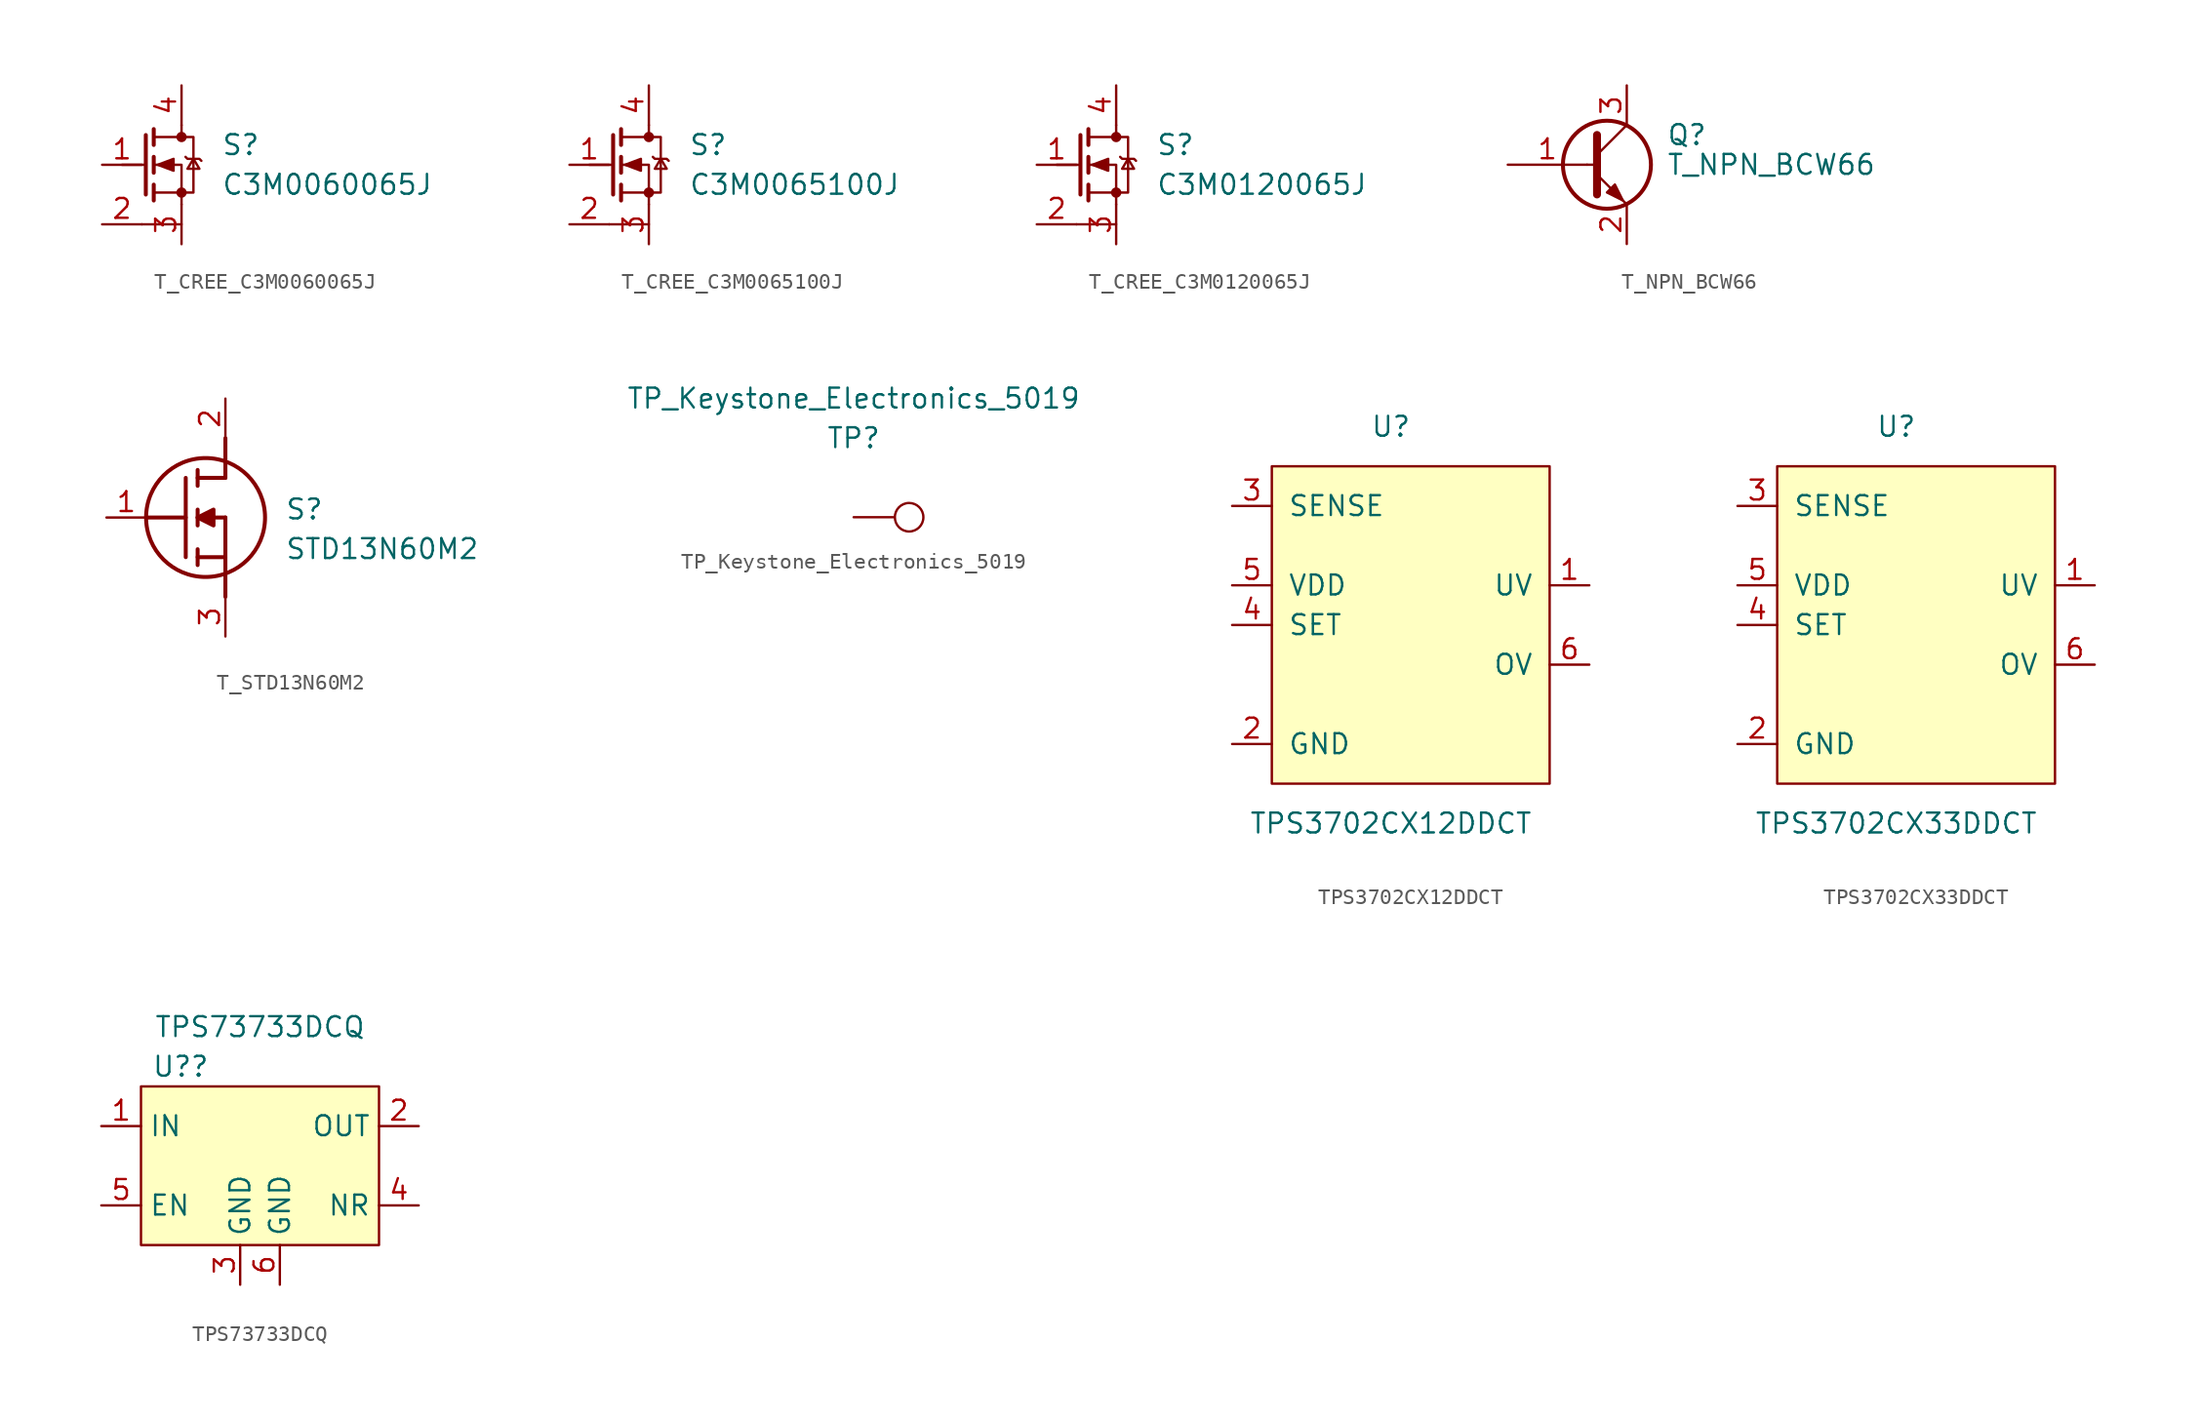
<source format=kicad_sym>
(kicad_symbol_lib
  (version 20220914)
  (generator kicad_symbol_editor)
  (symbol "T_CREE_C3M0060065J"
    (pin_names
      (offset 0) hide)
    (property "Reference" "S"
      (at 5.08 1.27 0)
      (effects (font (size 1.27 1.27)) (justify left)))
    (property "Value" "C3M0060065J"
      (at 5.08 -1.27 0)
      (effects (font (size 1.27 1.27)) (justify left)))
    (symbol "T_CREE_C3M0060065J_0_1"
      (polyline (pts (xy 0 -3.81) (xy 2.54 -3.81)) (stroke (width 0) (type default)) (fill (type none)))
      (polyline (pts (xy 0.254 0) (xy -1.27 0)) (stroke (width 0) (type default)) (fill (type none)))
      (polyline (pts (xy 0.254 1.905) (xy 0.254 -1.905)) (stroke (width 0.254) (type default)) (fill (type none)))
      (polyline (pts (xy 0.762 -1.27) (xy 0.762 -2.286)) (stroke (width 0.254) (type default)) (fill (type none)))
      (polyline (pts (xy 0.762 0.508) (xy 0.762 -0.508)) (stroke (width 0.254) (type default)) (fill (type none)))
      (polyline (pts (xy 0.762 2.286) (xy 0.762 1.27)) (stroke (width 0.254) (type default)) (fill (type none)))
      (polyline (pts (xy 2.54 2.54) (xy 2.54 1.778)) (stroke (width 0) (type default)) (fill (type none)))
      (polyline (pts (xy 2.54 -2.54) (xy 2.54 0) (xy 0.762 0)) (stroke (width 0) (type default)) (fill (type none)))
      (polyline (pts (xy 0.762 -1.778) (xy 3.302 -1.778) (xy 3.302 1.778) (xy 0.762 1.778)) (stroke (width 0) (type default)) (fill (type none)))
      (polyline (pts (xy 1.016 0) (xy 2.032 0.381) (xy 2.032 -0.381) (xy 1.016 0)) (stroke (width 0) (type default)) (fill (type outline)))
      (polyline (pts (xy 2.794 0.508) (xy 2.921 0.381) (xy 3.683 0.381) (xy 3.81 0.254)) (stroke (width 0) (type default)) (fill (type none)))
      (polyline (pts (xy 3.302 0.381) (xy 2.921 -0.254) (xy 3.683 -0.254) (xy 3.302 0.381)) (stroke (width 0) (type default)) (fill (type none)))
      (circle (center 2.54 -1.778) (radius 0.254) (stroke (width 0) (type default)) (fill (type outline)))
      (circle (center 2.54 1.778) (radius 0.254) (stroke (width 0) (type default)) (fill (type outline))))
    (symbol "T_CREE_C3M0060065J_1_1"
      (pin input line (at -2.54 0 0) (length 2.54) (name "G" (effects (font (size 1.27 1.27)))) (number "1" (effects (font (size 1.27 1.27)))))
      (pin passive line (at -2.54 -3.81 0) (length 2.54) (name "KS" (effects (font (size 1.27 1.27)))) (number "2" (effects (font (size 1.27 1.27)))))
      (pin passive line (at 2.54 -5.08 90) (length 2.54) (name "S" (effects (font (size 1.27 1.27)))) (number "3" (effects (font (size 1.27 1.27)))))
      (pin passive line (at 2.54 5.08 270) (length 2.54) (name "D" (effects (font (size 1.27 1.27)))) (number "4" (effects (font (size 1.27 1.27)))))))
  (symbol "T_CREE_C3M0065100J"
    (pin_names
      (offset 0) hide)
    (property "Reference" "S"
      (at 5.08 1.27 0)
      (effects (font (size 1.27 1.27)) (justify left)))
    (property "Value" "C3M0065100J"
      (at 5.08 -1.27 0)
      (effects (font (size 1.27 1.27)) (justify left)))
    (symbol "T_CREE_C3M0065100J_0_1"
      (polyline (pts (xy 0 -3.81) (xy 2.54 -3.81)) (stroke (width 0) (type default)) (fill (type none)))
      (polyline (pts (xy 0.254 0) (xy -1.27 0)) (stroke (width 0) (type default)) (fill (type none)))
      (polyline (pts (xy 0.254 1.905) (xy 0.254 -1.905)) (stroke (width 0.254) (type default)) (fill (type none)))
      (polyline (pts (xy 0.762 -1.27) (xy 0.762 -2.286)) (stroke (width 0.254) (type default)) (fill (type none)))
      (polyline (pts (xy 0.762 0.508) (xy 0.762 -0.508)) (stroke (width 0.254) (type default)) (fill (type none)))
      (polyline (pts (xy 0.762 2.286) (xy 0.762 1.27)) (stroke (width 0.254) (type default)) (fill (type none)))
      (polyline (pts (xy 2.54 2.54) (xy 2.54 1.778)) (stroke (width 0) (type default)) (fill (type none)))
      (polyline (pts (xy 2.54 -2.54) (xy 2.54 0) (xy 0.762 0)) (stroke (width 0) (type default)) (fill (type none)))
      (polyline (pts (xy 0.762 -1.778) (xy 3.302 -1.778) (xy 3.302 1.778) (xy 0.762 1.778)) (stroke (width 0) (type default)) (fill (type none)))
      (polyline (pts (xy 1.016 0) (xy 2.032 0.381) (xy 2.032 -0.381) (xy 1.016 0)) (stroke (width 0) (type default)) (fill (type outline)))
      (polyline (pts (xy 2.794 0.508) (xy 2.921 0.381) (xy 3.683 0.381) (xy 3.81 0.254)) (stroke (width 0) (type default)) (fill (type none)))
      (polyline (pts (xy 3.302 0.381) (xy 2.921 -0.254) (xy 3.683 -0.254) (xy 3.302 0.381)) (stroke (width 0) (type default)) (fill (type none)))
      (circle (center 2.54 -1.778) (radius 0.254) (stroke (width 0) (type default)) (fill (type outline)))
      (circle (center 2.54 1.778) (radius 0.254) (stroke (width 0) (type default)) (fill (type outline))))
    (symbol "T_CREE_C3M0065100J_1_1"
      (pin input line (at -2.54 0 0) (length 2.54) (name "G" (effects (font (size 1.27 1.27)))) (number "1" (effects (font (size 1.27 1.27)))))
      (pin passive line (at -2.54 -3.81 0) (length 2.54) (name "KS" (effects (font (size 1.27 1.27)))) (number "2" (effects (font (size 1.27 1.27)))))
      (pin passive line (at 2.54 -5.08 90) (length 2.54) (name "S" (effects (font (size 1.27 1.27)))) (number "3" (effects (font (size 1.27 1.27)))))
      (pin passive line (at 2.54 5.08 270) (length 2.54) (name "D" (effects (font (size 1.27 1.27)))) (number "4" (effects (font (size 1.27 1.27)))))))
  (symbol "T_CREE_C3M0120065J"
    (pin_names
      (offset 0) hide)
    (property "Reference" "S"
      (at 5.08 1.27 0)
      (effects (font (size 1.27 1.27)) (justify left)))
    (property "Value" "C3M0120065J"
      (at 5.08 -1.27 0)
      (effects (font (size 1.27 1.27)) (justify left)))
    (symbol "T_CREE_C3M0120065J_0_1"
      (polyline (pts (xy 0 -3.81) (xy 2.54 -3.81)) (stroke (width 0) (type default)) (fill (type none)))
      (polyline (pts (xy 0.254 0) (xy -1.27 0)) (stroke (width 0) (type default)) (fill (type none)))
      (polyline (pts (xy 0.254 1.905) (xy 0.254 -1.905)) (stroke (width 0.254) (type default)) (fill (type none)))
      (polyline (pts (xy 0.762 -1.27) (xy 0.762 -2.286)) (stroke (width 0.254) (type default)) (fill (type none)))
      (polyline (pts (xy 0.762 0.508) (xy 0.762 -0.508)) (stroke (width 0.254) (type default)) (fill (type none)))
      (polyline (pts (xy 0.762 2.286) (xy 0.762 1.27)) (stroke (width 0.254) (type default)) (fill (type none)))
      (polyline (pts (xy 2.54 2.54) (xy 2.54 1.778)) (stroke (width 0) (type default)) (fill (type none)))
      (polyline (pts (xy 2.54 -2.54) (xy 2.54 0) (xy 0.762 0)) (stroke (width 0) (type default)) (fill (type none)))
      (polyline (pts (xy 0.762 -1.778) (xy 3.302 -1.778) (xy 3.302 1.778) (xy 0.762 1.778)) (stroke (width 0) (type default)) (fill (type none)))
      (polyline (pts (xy 1.016 0) (xy 2.032 0.381) (xy 2.032 -0.381) (xy 1.016 0)) (stroke (width 0) (type default)) (fill (type outline)))
      (polyline (pts (xy 2.794 0.508) (xy 2.921 0.381) (xy 3.683 0.381) (xy 3.81 0.254)) (stroke (width 0) (type default)) (fill (type none)))
      (polyline (pts (xy 3.302 0.381) (xy 2.921 -0.254) (xy 3.683 -0.254) (xy 3.302 0.381)) (stroke (width 0) (type default)) (fill (type none)))
      (circle (center 2.54 -1.778) (radius 0.254) (stroke (width 0) (type default)) (fill (type outline)))
      (circle (center 2.54 1.778) (radius 0.254) (stroke (width 0) (type default)) (fill (type outline))))
    (symbol "T_CREE_C3M0120065J_1_1"
      (pin input line (at -2.54 0 0) (length 2.54) (name "G" (effects (font (size 1.27 1.27)))) (number "1" (effects (font (size 1.27 1.27)))))
      (pin passive line (at -2.54 -3.81 0) (length 2.54) (name "KS" (effects (font (size 1.27 1.27)))) (number "2" (effects (font (size 1.27 1.27)))))
      (pin passive line (at 2.54 -5.08 90) (length 2.54) (name "S" (effects (font (size 1.27 1.27)))) (number "3" (effects (font (size 1.27 1.27)))))
      (pin passive line (at 2.54 5.08 270) (length 2.54) (name "D" (effects (font (size 1.27 1.27)))) (number "4" (effects (font (size 1.27 1.27)))))))
  (symbol "T_NPN_BCW66"
    (pin_names
      (offset 0) hide)
    (property "Reference" "Q"
      (at 5.08 1.905 0)
      (effects (font (size 1.27 1.27)) (justify left)))
    (property "Value" "T_NPN_BCW66"
      (at 5.08 0 0)
      (effects (font (size 1.27 1.27)) (justify left)))
    (symbol "T_NPN_BCW66_0_1"
      (polyline (pts (xy 0 0) (xy 0.635 0)) (stroke (width 0) (type default)) (fill (type none)))
      (polyline (pts (xy 0.635 0.635) (xy 2.54 2.54)) (stroke (width 0) (type default)) (fill (type none)))
      (polyline (pts (xy 0.635 -0.635) (xy 2.54 -2.54) (xy 2.54 -2.54)) (stroke (width 0) (type default)) (fill (type none)))
      (polyline (pts (xy 0.635 1.905) (xy 0.635 -1.905) (xy 0.635 -1.905)) (stroke (width 0.508) (type default)) (fill (type none)))
      (polyline (pts (xy 1.27 -1.778) (xy 1.778 -1.27) (xy 2.286 -2.286) (xy 1.27 -1.778) (xy 1.27 -1.778)) (stroke (width 0) (type default)) (fill (type outline)))
      (circle (center 1.27 0) (radius 2.819) (stroke (width 0.254) (type default)) (fill (type none))))
    (symbol "T_NPN_BCW66_1_1"
      (pin input line (at -5.08 0 0) (length 5.08) (name "B" (effects (font (size 1.27 1.27)))) (number "1" (effects (font (size 1.27 1.27)))))
      (pin passive line (at 2.54 -5.08 90) (length 2.54) (name "E" (effects (font (size 1.27 1.27)))) (number "2" (effects (font (size 1.27 1.27)))))
      (pin passive line (at 2.54 5.08 270) (length 2.54) (name "C" (effects (font (size 1.27 1.27)))) (number "3" (effects (font (size 1.27 1.27)))))))
  (symbol "T_STD13N60M2"
    (pin_names hide)
    (property "Reference" "S"
      (at 6.35 1.27 0)
      (effects (font (size 1.27 1.27)) (justify left top)))
    (property "Value" "STD13N60M2"
      (at 6.35 -1.27 0)
      (effects (font (size 1.27 1.27)) (justify left top)))
    (symbol "T_STD13N60M2_1_1"
      (polyline (pts (xy -2.54 0) (xy 0 0)) (stroke (width 0.254) (type default)) (fill (type none)))
      (polyline (pts (xy 0 2.54) (xy 0 -2.54)) (stroke (width 0.254) (type default)) (fill (type none)))
      (polyline (pts (xy 0.762 -3.048) (xy 0.762 -2.032)) (stroke (width 0.254) (type default)) (fill (type none)))
      (polyline (pts (xy 0.762 -2.54) (xy 2.54 -2.54)) (stroke (width 0.254) (type default)) (fill (type none)))
      (polyline (pts (xy 0.762 -0.508) (xy 0.762 0.508)) (stroke (width 0.254) (type default)) (fill (type none)))
      (polyline (pts (xy 0.762 3.048) (xy 0.762 2.032)) (stroke (width 0.254) (type default)) (fill (type none)))
      (polyline (pts (xy 2.54 0) (xy 0.762 0)) (stroke (width 0.254) (type default)) (fill (type none)))
      (polyline (pts (xy 2.54 0) (xy 2.54 -5.08)) (stroke (width 0.254) (type default)) (fill (type none)))
      (polyline (pts (xy 2.54 2.54) (xy 0.762 2.54)) (stroke (width 0.254) (type default)) (fill (type none)))
      (polyline (pts (xy 2.54 2.54) (xy 2.54 5.08)) (stroke (width 0.254) (type default)) (fill (type none)))
      (polyline (pts (xy 0.762 0) (xy 1.778 0.508) (xy 1.778 -0.508) (xy 0.762 0)) (stroke (width 0.254) (type default)) (fill (type outline)))
      (circle (center 1.27 0) (radius 3.81) (stroke (width 0.254) (type default)) (fill (type none)))
      (pin passive line (at -5.08 0 0) (length 2.54) (name "G" (effects (font (size 1.27 1.27)))) (number "1" (effects (font (size 1.27 1.27)))))
      (pin passive line (at 2.54 7.62 270) (length 2.54) (name "D" (effects (font (size 1.27 1.27)))) (number "2" (effects (font (size 1.27 1.27)))))
      (pin passive line (at 2.54 -7.62 90) (length 2.54) (name "S" (effects (font (size 1.27 1.27)))) (number "3" (effects (font (size 1.27 1.27)))))))
  (symbol "TP_Keystone_Electronics_5019"
    (pin_numbers hide)
    (pin_names
      (offset 1.016) hide)
    (property "Reference" "TP"
      (at 0 5.08 0)
      (effects (font (size 1.27 1.27))))
    (property "Value" "TP_Keystone_Electronics_5019"
      (at 0 7.62 0)
      (effects (font (size 1.27 1.27))))
    (symbol "TP_Keystone_Electronics_5019_1_1"
      (circle (center 3.556 0) (radius 0.914) (stroke (width 0) (type default)) (fill (type none)))
      (pin passive line (at 0 0 0) (length 2.54) (name "TP" (effects (font (size 1.27 1.27)))) (number "1" (effects (font (size 1.27 1.27)))))))
  (symbol "TPS3702CX12DDCT"
    (pin_names
      (offset 1.016))
    (property "Reference" "U"
      (at 0 2.54 0)
      (effects (font (size 1.27 1.27))))
    (property "Value" "TPS3702CX12DDCT"
      (at 0 -22.86 0)
      (effects (font (size 1.27 1.27))))
    (symbol "TPS3702CX12DDCT_0_1"
      (rectangle (start -7.62 0) (end 10.16 -20.32) (stroke (width 0) (type default)) (fill (type background))))
    (symbol "TPS3702CX12DDCT_1_1"
      (pin passive line (at 12.7 -7.62 180) (length 2.54) (name "UV" (effects (font (size 1.27 1.27)))) (number "1" (effects (font (size 1.27 1.27)))))
      (pin power_in line (at -10.16 -17.78 0) (length 2.54) (name "GND" (effects (font (size 1.27 1.27)))) (number "2" (effects (font (size 1.27 1.27)))))
      (pin input line (at -10.16 -2.54 0) (length 2.54) (name "SENSE" (effects (font (size 1.27 1.27)))) (number "3" (effects (font (size 1.27 1.27)))))
      (pin input line (at -10.16 -10.16 0) (length 2.54) (name "SET" (effects (font (size 1.27 1.27)))) (number "4" (effects (font (size 1.27 1.27)))))
      (pin power_in line (at -10.16 -7.62 0) (length 2.54) (name "VDD" (effects (font (size 1.27 1.27)))) (number "5" (effects (font (size 1.27 1.27)))))
      (pin passive line (at 12.7 -12.7 180) (length 2.54) (name "OV" (effects (font (size 1.27 1.27)))) (number "6" (effects (font (size 1.27 1.27)))))))
  (symbol "TPS3702CX33DDCT"
    (pin_names
      (offset 1.016))
    (property "Reference" "U"
      (at 0 2.54 0)
      (effects (font (size 1.27 1.27))))
    (property "Value" "TPS3702CX33DDCT"
      (at 0 -22.86 0)
      (effects (font (size 1.27 1.27))))
    (symbol "TPS3702CX33DDCT_0_1"
      (rectangle (start -7.62 0) (end 10.16 -20.32) (stroke (width 0) (type default)) (fill (type background))))
    (symbol "TPS3702CX33DDCT_1_1"
      (pin output line (at 12.7 -7.62 180) (length 2.54) (name "UV" (effects (font (size 1.27 1.27)))) (number "1" (effects (font (size 1.27 1.27)))))
      (pin power_in line (at -10.16 -17.78 0) (length 2.54) (name "GND" (effects (font (size 1.27 1.27)))) (number "2" (effects (font (size 1.27 1.27)))))
      (pin input line (at -10.16 -2.54 0) (length 2.54) (name "SENSE" (effects (font (size 1.27 1.27)))) (number "3" (effects (font (size 1.27 1.27)))))
      (pin input line (at -10.16 -10.16 0) (length 2.54) (name "SET" (effects (font (size 1.27 1.27)))) (number "4" (effects (font (size 1.27 1.27)))))
      (pin power_in line (at -10.16 -7.62 0) (length 2.54) (name "VDD" (effects (font (size 1.27 1.27)))) (number "5" (effects (font (size 1.27 1.27)))))
      (pin output line (at 12.7 -12.7 180) (length 2.54) (name "OV" (effects (font (size 1.27 1.27)))) (number "6" (effects (font (size 1.27 1.27)))))))
  (symbol "TPS73733DCQ"
    (property "Reference" "U?"
      (at -5.08 6.35 0)
      (effects (font (size 1.27 1.27))))
    (property "Value" "TPS73733DCQ"
      (at 0 8.89 0)
      (effects (font (size 1.27 1.27))))
    (symbol "TPS73733DCQ_0_0"
      (rectangle (start -7.62 5.08) (end 7.62 -5.08) (stroke (width 0) (type default)) (fill (type background))))
    (symbol "TPS73733DCQ_1_1"
      (pin power_in line (at -10.16 2.54 0) (length 2.54) (name "IN" (effects (font (size 1.27 1.27)))) (number "1" (effects (font (size 1.27 1.27)))))
      (pin power_out line (at 10.16 2.54 180) (length 2.54) (name "OUT" (effects (font (size 1.27 1.27)))) (number "2" (effects (font (size 1.27 1.27)))))
      (pin power_in line (at -1.27 -7.62 90) (length 2.54) (name "GND" (effects (font (size 1.27 1.27)))) (number "3" (effects (font (size 1.27 1.27)))))
      (pin output line (at 10.16 -2.54 180) (length 2.54) (name "NR" (effects (font (size 1.27 1.27)))) (number "4" (effects (font (size 1.27 1.27)))))
      (pin input line (at -10.16 -2.54 0) (length 2.54) (name "EN" (effects (font (size 1.27 1.27)))) (number "5" (effects (font (size 1.27 1.27)))))
      (pin power_in line (at 1.27 -7.62 90) (length 2.54) (name "GND" (effects (font (size 1.27 1.27)))) (number "6" (effects (font (size 1.27 1.27))))))))
</source>
